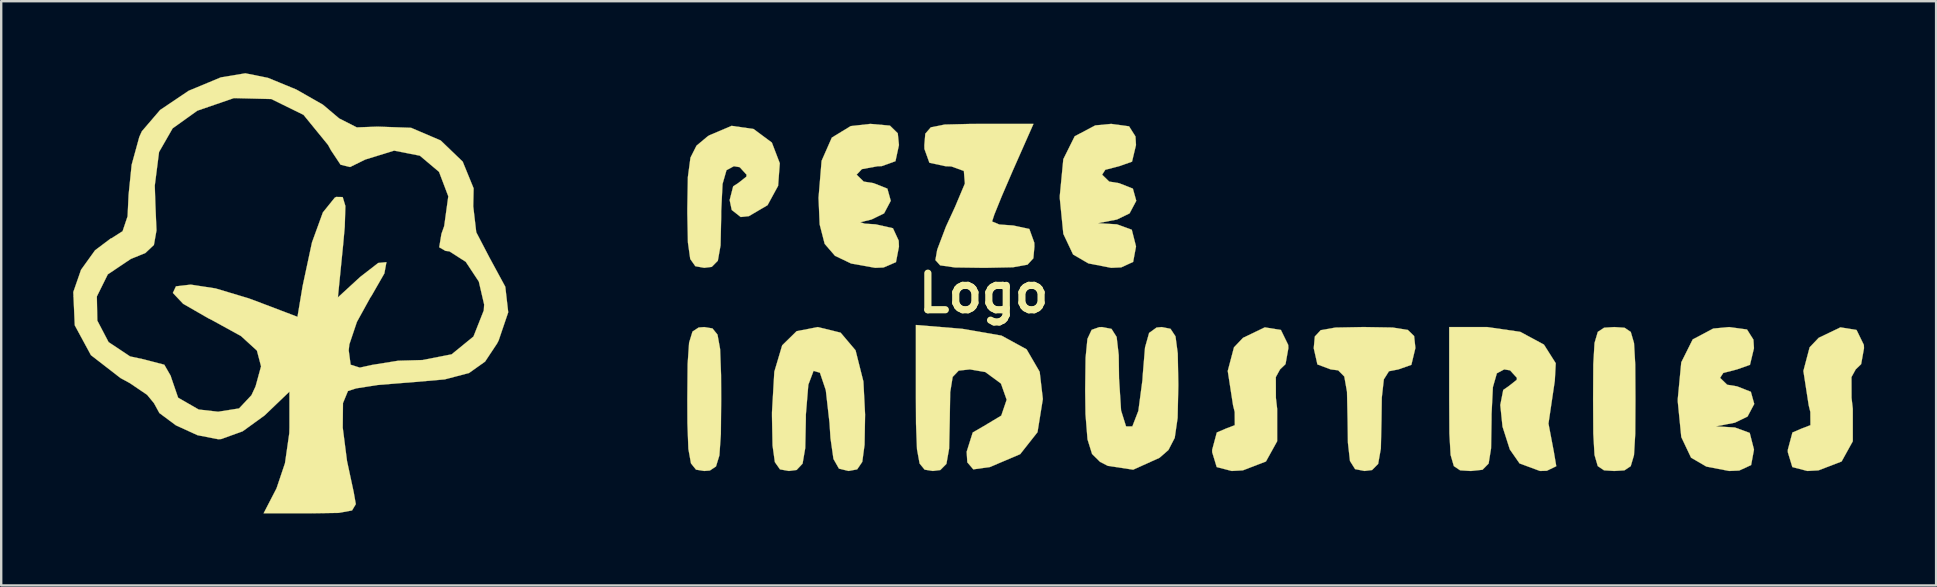
<source format=kicad_pcb>
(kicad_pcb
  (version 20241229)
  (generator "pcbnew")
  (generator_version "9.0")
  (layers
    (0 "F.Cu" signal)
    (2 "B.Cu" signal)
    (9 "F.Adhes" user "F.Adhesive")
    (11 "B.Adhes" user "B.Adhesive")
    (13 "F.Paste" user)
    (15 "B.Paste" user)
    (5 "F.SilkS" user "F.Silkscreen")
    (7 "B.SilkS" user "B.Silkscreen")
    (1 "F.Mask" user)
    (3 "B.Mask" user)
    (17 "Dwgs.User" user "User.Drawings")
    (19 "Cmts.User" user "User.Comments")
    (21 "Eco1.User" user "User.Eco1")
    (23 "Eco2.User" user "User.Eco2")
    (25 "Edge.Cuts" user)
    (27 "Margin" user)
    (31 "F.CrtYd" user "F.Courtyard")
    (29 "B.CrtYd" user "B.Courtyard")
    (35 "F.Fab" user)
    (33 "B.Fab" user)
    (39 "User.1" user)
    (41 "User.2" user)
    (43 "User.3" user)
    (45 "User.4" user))
  (footprint "Logo"
    (layer "F.Cu")
    (at 37.94 9.169)
    (property "Reference" "Logo" (at 0 0 0) (layer "F.SilkS") (effects (font (size 1.524 1.524) (thickness 0.3))))
    (attr through_hole)
    (fp_poly (pts (xy -11.299 1.467) (xy -11.089 1.726) (xy -10.981 2.327) (xy -10.941 3.408) (xy -10.936 4.41) (xy -10.949 5.868) (xy -11.01 6.758) (xy -11.152 7.219) (xy -11.406 7.389) (xy -11.642 7.408) (xy -11.985 7.353) (xy -12.194 7.093) (xy -12.303 6.492) (xy -12.343 5.412) (xy -12.347 4.41) (xy -12.334 2.952) (xy -12.273 2.061) (xy -12.132 1.6) (xy -11.877 1.43) (xy -11.642 1.411) (xy -11.299 1.467)) (stroke (width 0.01) (type solid)) (fill yes) (layer "F.SilkS"))
    (fp_poly (pts (xy 26.709 1.439) (xy 26.97 1.614) (xy 27.105 2.078) (xy 27.156 2.969) (xy 27.164 4.41) (xy 27.156 5.862) (xy 27.104 6.748) (xy 26.968 7.208) (xy 26.706 7.382) (xy 26.282 7.408) (xy 25.855 7.381) (xy 25.594 7.205) (xy 25.459 6.741) (xy 25.408 5.85) (xy 25.4 4.41) (xy 25.408 2.958) (xy 25.46 2.071) (xy 25.596 1.611) (xy 25.858 1.438) (xy 26.282 1.411) (xy 26.709 1.439)) (stroke (width 0.01) (type solid)) (fill yes) (layer "F.SilkS"))
    (fp_poly (pts (xy 12.39 1.532) (xy 12.694 2.155) (xy 12.7 2.293) (xy 12.582 2.956) (xy 12.354 3.175) (xy 12.178 3.495) (xy 12.181 4.362) (xy 12.233 4.815) (xy 12.233 6.17) (xy 11.767 7.012) (xy 10.805 7.382) (xy 10.34 7.408) (xy 9.714 7.245) (xy 9.526 6.628) (xy 9.525 6.526) (xy 9.718 5.805) (xy 10.092 5.644) (xy 10.468 5.5) (xy 10.464 4.948) (xy 10.396 4.674) (xy 10.174 3.24) (xy 10.434 2.255) (xy 10.811 1.859) (xy 11.719 1.423) (xy 12.39 1.532)) (stroke (width 0.01) (type solid)) (fill yes) (layer "F.SilkS"))
    (fp_poly (pts (xy 36.379 1.532) (xy 36.683 2.155) (xy 36.689 2.293) (xy 36.57 2.956) (xy 36.343 3.175) (xy 36.167 3.495) (xy 36.17 4.362) (xy 36.222 4.815) (xy 36.222 6.17) (xy 35.756 7.012) (xy 34.794 7.382) (xy 34.328 7.408) (xy 33.703 7.245) (xy 33.515 6.628) (xy 33.514 6.526) (xy 33.707 5.805) (xy 34.081 5.644) (xy 34.457 5.5) (xy 34.453 4.948) (xy 34.385 4.674) (xy 34.163 3.24) (xy 34.423 2.255) (xy 34.8 1.859) (xy 35.708 1.423) (xy 36.379 1.532)) (stroke (width 0.01) (type solid)) (fill yes) (layer "F.SilkS"))
    (fp_poly (pts (xy 6.062 -6.955) (xy 6.329 -6.532) (xy 6.35 -6.174) (xy 6.185 -5.482) (xy 5.644 -5.292) (xy 5.071 -5.144) (xy 4.939 -4.939) (xy 5.234 -4.652) (xy 5.644 -4.586) (xy 6.221 -4.358) (xy 6.362 -3.851) (xy 6.083 -3.327) (xy 5.556 -3.071) (xy 4.763 -2.918) (xy 5.556 -2.87) (xy 6.175 -2.645) (xy 6.35 -1.957) (xy 6.35 -1.94) (xy 6.232 -1.305) (xy 5.736 -1.077) (xy 5.317 -1.058) (xy 4.367 -1.242) (xy 3.729 -1.613) (xy 3.323 -2.471) (xy 3.175 -3.955) (xy 3.175 -4.057) (xy 3.322 -5.586) (xy 3.797 -6.541) (xy 4.654 -6.993) (xy 5.317 -7.056) (xy 6.062 -6.955)) (stroke (width 0.01) (type solid)) (fill yes) (layer "F.SilkS"))
    (fp_poly (pts (xy 17.048 1.43) (xy 17.681 1.532) (xy 17.941 1.786) (xy 17.992 2.262) (xy 17.992 2.293) (xy 17.826 2.985) (xy 17.286 3.175) (xy 16.892 3.252) (xy 16.679 3.591) (xy 16.594 4.354) (xy 16.581 5.292) (xy 16.555 6.474) (xy 16.442 7.113) (xy 16.188 7.369) (xy 15.875 7.408) (xy 15.481 7.331) (xy 15.268 6.992) (xy 15.182 6.229) (xy 15.169 5.292) (xy 15.144 4.109) (xy 15.031 3.471) (xy 14.776 3.214) (xy 14.464 3.175) (xy 13.911 2.968) (xy 13.758 2.293) (xy 13.803 1.804) (xy 14.048 1.54) (xy 14.659 1.432) (xy 15.801 1.411) (xy 15.875 1.411) (xy 17.048 1.43)) (stroke (width 0.01) (type solid)) (fill yes) (layer "F.SilkS"))
    (fp_poly (pts (xy 31.814 1.512) (xy 32.081 1.935) (xy 32.103 2.293) (xy 31.937 2.985) (xy 31.397 3.175) (xy 30.824 3.323) (xy 30.692 3.528) (xy 30.987 3.814) (xy 31.397 3.881) (xy 31.974 4.108) (xy 32.115 4.615) (xy 31.836 5.139) (xy 31.309 5.395) (xy 30.515 5.548) (xy 31.309 5.596) (xy 31.927 5.822) (xy 32.103 6.51) (xy 32.103 6.526) (xy 31.985 7.162) (xy 31.489 7.39) (xy 31.07 7.408) (xy 30.12 7.225) (xy 29.482 6.854) (xy 29.075 5.996) (xy 28.928 4.512) (xy 28.928 4.41) (xy 29.074 2.88) (xy 29.55 1.926) (xy 30.406 1.473) (xy 31.07 1.411) (xy 31.814 1.512)) (stroke (width 0.01) (type solid)) (fill yes) (layer "F.SilkS"))
    (fp_poly (pts (xy -5.959 1.644) (xy -5.336 2.38) (xy -5.009 3.679) (xy -4.939 5.055) (xy -4.961 6.317) (xy -5.056 7.028) (xy -5.269 7.341) (xy -5.627 7.408) (xy -6.028 7.31) (xy -6.257 6.907) (xy -6.381 6.038) (xy -6.421 5.408) (xy -6.576 4.042) (xy -6.821 3.314) (xy -7.086 3.235) (xy -7.304 3.813) (xy -7.407 5.06) (xy -7.408 5.262) (xy -7.433 6.454) (xy -7.544 7.102) (xy -7.792 7.366) (xy -8.114 7.408) (xy -8.486 7.341) (xy -8.699 7.038) (xy -8.795 6.348) (xy -8.819 5.12) (xy -8.819 4.964) (xy -8.721 3.27) (xy -8.394 2.171) (xy -7.791 1.581) (xy -6.909 1.411) (xy -5.959 1.644)) (stroke (width 0.01) (type solid)) (fill yes) (layer "F.SilkS"))
    (fp_poly (pts (xy -3.903 -6.984) (xy -3.577 -6.665) (xy -3.528 -6.174) (xy -3.673 -5.502) (xy -4.247 -5.295) (xy -4.41 -5.292) (xy -5.073 -5.171) (xy -5.292 -4.939) (xy -4.996 -4.652) (xy -4.586 -4.586) (xy -4.01 -4.358) (xy -3.869 -3.851) (xy -4.147 -3.327) (xy -4.674 -3.071) (xy -5.14 -2.959) (xy -4.954 -2.899) (xy -4.498 -2.87) (xy -3.778 -2.708) (xy -3.538 -2.19) (xy -3.528 -1.94) (xy -3.652 -1.295) (xy -4.169 -1.072) (xy -4.519 -1.058) (xy -5.52 -1.237) (xy -6.194 -1.559) (xy -6.623 -2.056) (xy -6.832 -2.868) (xy -6.879 -3.974) (xy -6.751 -5.518) (xy -6.325 -6.485) (xy -5.539 -6.964) (xy -4.719 -7.056) (xy -3.903 -6.984)) (stroke (width 0.01) (type solid)) (fill yes) (layer "F.SilkS"))
    (fp_poly (pts (xy -0.887 1.484) (xy 0.746 1.767) (xy 1.792 2.339) (xy 2.337 3.276) (xy 2.469 4.41) (xy 2.246 5.792) (xy 1.525 6.707) (xy 0.265 7.243) (xy -0.429 7.341) (xy -0.679 7.048) (xy -0.706 6.606) (xy -0.453 5.804) (xy -0.002 5.543) (xy 0.736 5.1) (xy 0.961 4.439) (xy 0.723 3.765) (xy 0.07 3.285) (xy -0.572 3.175) (xy -1.038 3.226) (xy -1.289 3.488) (xy -1.392 4.127) (xy -1.411 5.292) (xy -1.437 6.474) (xy -1.55 7.113) (xy -1.804 7.369) (xy -2.117 7.408) (xy -2.458 7.353) (xy -2.667 7.097) (xy -2.776 6.501) (xy -2.817 5.431) (xy -2.822 4.366) (xy -2.822 1.324) (xy -0.887 1.484)) (stroke (width 0.01) (type solid)) (fill yes) (layer "F.SilkS"))
    (fp_poly (pts (xy -9.586 -6.843) (xy -8.824 -6.278) (xy -8.494 -5.416) (xy -8.564 -4.475) (xy -9.004 -3.668) (xy -9.78 -3.212) (xy -10.122 -3.175) (xy -10.496 -3.469) (xy -10.583 -3.881) (xy -10.436 -4.454) (xy -10.231 -4.586) (xy -9.888 -4.855) (xy -9.878 -4.939) (xy -10.164 -5.252) (xy -10.407 -5.292) (xy -10.714 -5.129) (xy -10.879 -4.553) (xy -10.935 -3.43) (xy -10.936 -3.175) (xy -10.962 -1.993) (xy -11.075 -1.354) (xy -11.329 -1.097) (xy -11.642 -1.058) (xy -12.013 -1.125) (xy -12.225 -1.426) (xy -12.322 -2.113) (xy -12.347 -3.336) (xy -12.347 -3.52) (xy -12.324 -4.84) (xy -12.216 -5.651) (xy -11.965 -6.148) (xy -11.512 -6.527) (xy -11.438 -6.577) (xy -10.501 -6.975) (xy -9.586 -6.843)) (stroke (width 0.01) (type solid)) (fill yes) (layer "F.SilkS"))
    (fp_poly (pts (xy 1.215 -5.105) (xy 0.759 -4.047) (xy 0.446 -3.274) (xy 0.353 -2.989) (xy 0.656 -2.863) (xy 1.235 -2.822) (xy 1.906 -2.677) (xy 2.113 -2.103) (xy 2.117 -1.94) (xy 2.073 -1.454) (xy 1.83 -1.19) (xy 1.225 -1.081) (xy 0.092 -1.058) (xy -0.024 -1.058) (xy -1.198 -1.074) (xy -1.811 -1.161) (xy -2.009 -1.381) (xy -1.937 -1.794) (xy -1.919 -1.852) (xy -1.57 -2.774) (xy -1.19 -3.598) (xy -0.78 -4.571) (xy -0.823 -5.095) (xy -1.347 -5.284) (xy -1.587 -5.292) (xy -2.259 -5.437) (xy -2.466 -6.011) (xy -2.469 -6.174) (xy -2.429 -6.649) (xy -2.2 -6.913) (xy -1.623 -7.028) (xy -0.538 -7.055) (xy -0.196 -7.056) (xy 2.078 -7.056) (xy 1.215 -5.105)) (stroke (width 0.01) (type solid)) (fill yes) (layer "F.SilkS"))
    (fp_poly (pts (xy 7.789 1.483) (xy 7.997 1.798) (xy 8.091 2.509) (xy 8.114 3.764) (xy 8.114 3.861) (xy 8.085 5.2) (xy 7.965 6.028) (xy 7.702 6.535) (xy 7.33 6.859) (xy 6.233 7.354) (xy 5.177 7.195) (xy 4.851 7.027) (xy 4.52 6.7) (xy 4.33 6.091) (xy 4.246 5.04) (xy 4.233 4.039) (xy 4.25 2.692) (xy 4.327 1.903) (xy 4.503 1.526) (xy 4.818 1.415) (xy 4.939 1.411) (xy 5.331 1.487) (xy 5.544 1.823) (xy 5.631 2.578) (xy 5.644 3.557) (xy 5.729 4.888) (xy 5.936 5.549) (xy 6.199 5.55) (xy 6.449 4.903) (xy 6.62 3.616) (xy 6.632 3.412) (xy 6.727 2.261) (xy 6.897 1.655) (xy 7.208 1.431) (xy 7.426 1.411) (xy 7.789 1.483)) (stroke (width 0.01) (type solid)) (fill yes) (layer "F.SilkS"))
    (fp_poly (pts (xy 22.362 1.609) (xy 23.351 2.141) (xy 23.843 2.917) (xy 23.804 3.649) (xy 23.54 5.432) (xy 23.765 6.615) (xy 23.865 7.209) (xy 23.473 7.399) (xy 23.187 7.408) (xy 22.335 7.094) (xy 21.929 6.51) (xy 21.625 5.561) (xy 21.532 4.658) (xy 21.655 4.031) (xy 21.872 3.881) (xy 22.215 3.612) (xy 22.225 3.528) (xy 21.939 3.215) (xy 21.696 3.175) (xy 21.389 3.338) (xy 21.224 3.914) (xy 21.168 5.037) (xy 21.167 5.292) (xy 21.148 6.465) (xy 21.046 7.098) (xy 20.792 7.357) (xy 20.316 7.408) (xy 20.285 7.408) (xy 19.858 7.381) (xy 19.597 7.205) (xy 19.462 6.741) (xy 19.411 5.85) (xy 19.403 4.41) (xy 19.403 1.411) (xy 20.99 1.411) (xy 22.362 1.609)) (stroke (width 0.01) (type solid)) (fill yes) (layer "F.SilkS"))
    (fp_poly (pts (xy -29.822 -8.974) (xy -28.641 -8.488) (xy -27.534 -7.857) (xy -26.854 -7.283) (xy -26.12 -6.91) (xy -25.256 -6.942) (xy -23.859 -6.893) (xy -22.626 -6.366) (xy -21.708 -5.484) (xy -21.253 -4.371) (xy -21.269 -3.621) (xy -21.143 -2.541) (xy -20.597 -1.494) (xy -19.933 -0.27) (xy -19.811 0.795) (xy -20.208 1.965) (xy -20.272 2.091) (xy -20.775 2.85) (xy -21.444 3.325) (xy -22.456 3.591) (xy -23.987 3.725) (xy -24.068 3.729) (xy -25.243 3.824) (xy -26.149 3.966) (xy -26.49 4.077) (xy -26.697 4.579) (xy -26.707 5.601) (xy -26.529 6.99) (xy -26.25 8.29) (xy -26.162 8.79) (xy -26.319 9.053) (xy -26.875 9.155) (xy -27.98 9.172) (xy -28.017 9.172) (xy -30.004 9.172) (xy -29.466 8.131) (xy -29.114 7.084) (xy -28.934 5.831) (xy -28.928 5.596) (xy -28.928 4.101) (xy -29.963 5.093) (xy -30.878 5.755) (xy -31.774 6.078) (xy -31.898 6.085) (xy -32.76 5.917) (xy -33.661 5.505) (xy -34.348 4.994) (xy -34.572 4.585) (xy -34.859 4.235) (xy -35.581 3.746) (xy -35.969 3.535) (xy -37.201 2.581) (xy -37.874 1.338) (xy -37.927 0.135) (xy -36.954 0.135) (xy -36.935 1.14) (xy -36.465 2.038) (xy -35.569 2.634) (xy -35.002 2.756) (xy -34.143 2.98) (xy -33.867 3.46) (xy -33.867 3.48) (xy -33.567 4.355) (xy -32.71 4.847) (xy -31.899 4.939) (xy -31.028 4.801) (xy -30.51 4.249) (xy -30.339 3.88) (xy -30.111 3.047) (xy -30.283 2.392) (xy -30.945 1.787) (xy -32.184 1.105) (xy -32.308 1.045) (xy -33.359 0.44) (xy -33.786 -0.012) (xy -33.657 -0.287) (xy -33.042 -0.358) (xy -32.009 -0.2) (xy -30.63 0.213) (xy -30.352 0.315) (xy -28.593 0.984) (xy -28.378 -0.302) (xy -27.989 -2.116) (xy -27.535 -3.366) (xy -27.038 -3.983) (xy -26.977 -4.012) (xy -26.709 -4.007) (xy -26.597 -3.636) (xy -26.623 -2.769) (xy -26.691 -2.015) (xy -26.91 0.176) (xy -25.98 -0.678) (xy -25.229 -1.26) (xy -24.886 -1.294) (xy -24.972 -0.825) (xy -25.507 0.107) (xy -25.559 0.184) (xy -26.117 1.196) (xy -26.432 2.134) (xy -26.458 2.381) (xy -26.378 2.98) (xy -25.995 3.101) (xy -25.488 2.989) (xy -24.399 2.814) (xy -23.382 2.785) (xy -22.169 2.547) (xy -21.259 1.805) (xy -20.828 0.715) (xy -20.814 0.469) (xy -21.036 -0.485) (xy -21.58 -1.308) (xy -22.262 -1.745) (xy -22.425 -1.764) (xy -22.686 -1.915) (xy -22.594 -2.473) (xy -22.479 -2.797) (xy -22.308 -4.039) (xy -22.694 -5.057) (xy -23.493 -5.731) (xy -24.566 -5.942) (xy -25.767 -5.571) (xy -26.404 -5.258) (xy -26.797 -5.355) (xy -27.199 -5.959) (xy -27.319 -6.179) (xy -28.342 -7.433) (xy -29.683 -8.092) (xy -31.243 -8.131) (xy -32.768 -7.606) (xy -33.796 -6.87) (xy -34.362 -5.884) (xy -34.54 -4.484) (xy -34.515 -3.708) (xy -34.469 -2.616) (xy -34.576 -2.011) (xy -34.932 -1.675) (xy -35.541 -1.427) (xy -36.498 -0.785) (xy -36.954 0.135) (xy -37.927 0.135) (xy -37.935 -0.049) (xy -37.613 -0.976) (xy -37.029 -1.789) (xy -36.379 -2.278) (xy -36.34 -2.292) (xy -35.882 -2.583) (xy -35.673 -3.204) (xy -35.631 -4.098) (xy -35.503 -5.355) (xy -35.185 -6.512) (xy -35.078 -6.748) (xy -34.317 -7.636) (xy -33.129 -8.436) (xy -31.788 -8.994) (xy -30.766 -9.164) (xy -29.822 -8.974)) (stroke (width 0.01) (type solid)) (fill yes) (layer "F.SilkS")))
  (gr_rect
    (start -3 -3)
    (end 77.634 21.347)
    (stroke (width 0.1) (type default))
    (fill no)
    (layer "Edge.Cuts")))
</source>
